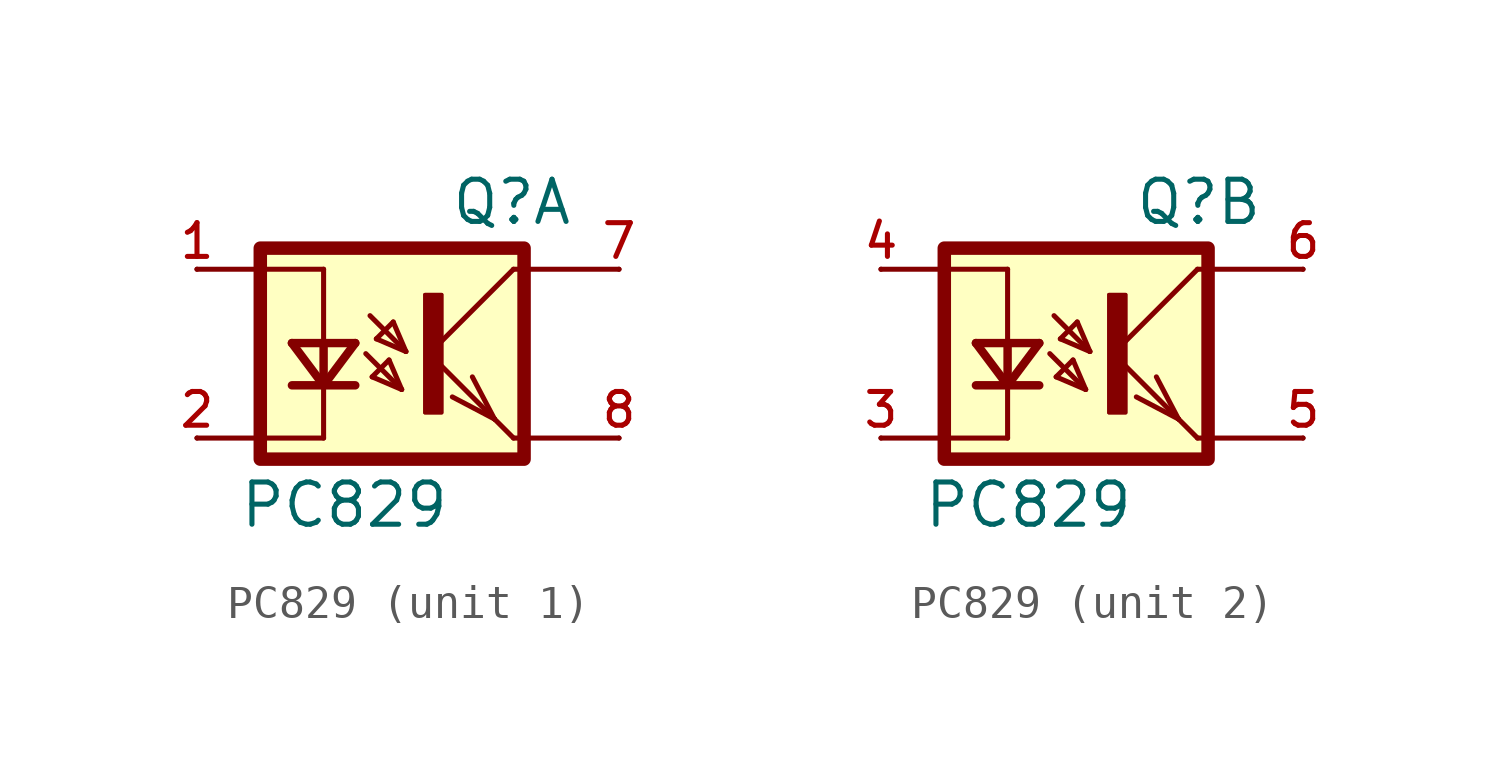
<source format=kicad_sym>
(kicad_symbol_lib
  (version 20211014)
  (generator kicad_symbol_editor)
  (symbol "PC829"
    (pin_names
      (offset 1.016))
    (property "Reference" "Q"
      (at 0.0 3.816 0)
      (effects (font (size 1.27 1.27)) (justify bottom left)))
    (property "Value" "PC829"
      (at 0.0 -3.811 0.0)
      (effects (font (size 1.27 1.27)) (justify top right)))
    (symbol "PC829_1_0"
      (polyline (pts (xy -2.413 1.143) (xy -1.333 0.064)) (stroke (width 0.152)))
      (polyline (pts (xy -1.333 0.064) (xy -2.223 0.445)) (stroke (width 0.152)))
      (polyline (pts (xy -2.223 0.445) (xy -1.714 0.953)) (stroke (width 0.152)))
      (polyline (pts (xy -1.714 0.953) (xy -1.333 0.064)) (stroke (width 0.152)))
      (polyline (pts (xy -1.46 -1.079) (xy -2.349 -0.699)) (stroke (width 0.152)))
      (polyline (pts (xy -2.349 -0.699) (xy -1.841 -0.191)) (stroke (width 0.152)))
      (polyline (pts (xy -1.841 -0.191) (xy -1.46 -1.079)) (stroke (width 0.152)))
      (polyline (pts (xy -2.54 0.0) (xy -1.46 -1.079)) (stroke (width 0.152)))
      (polyline (pts (xy -2.857 0.318) (xy -3.81 -0.953)) (stroke (width 0.254)))
      (polyline (pts (xy -3.81 -0.953) (xy -4.763 0.318)) (stroke (width 0.254)))
      (polyline (pts (xy -2.857 -0.953) (xy -3.81 -0.953)) (stroke (width 0.254)))
      (polyline (pts (xy -3.81 -0.953) (xy -4.763 -0.953)) (stroke (width 0.254)))
      (polyline (pts (xy -2.857 0.318) (xy -3.81 0.318)) (stroke (width 0.254)))
      (polyline (pts (xy -3.81 0.318) (xy -3.81 -0.953)) (stroke (width 0.254)))
      (polyline (pts (xy -3.81 0.318) (xy -4.763 0.318)) (stroke (width 0.254)))
      (polyline (pts (xy -3.81 2.54) (xy -3.81 0.318)) (stroke (width 0.152)))
      (polyline (pts (xy -3.81 -0.953) (xy -3.81 -2.54)) (stroke (width 0.152)))
      (polyline (pts (xy 1.905 2.54) (xy -0.635 0.0)) (stroke (width 0.152)))
      (polyline (pts (xy -0.635 0.0) (xy 1.333 -1.968)) (stroke (width 0.152)))
      (polyline (pts (xy 0.667 -0.699) (xy 1.333 -1.968)) (stroke (width 0.152)))
      (polyline (pts (xy 1.333 -1.968) (xy 1.905 -2.54)) (stroke (width 0.152)))
      (polyline (pts (xy 1.333 -1.968) (xy 0.064 -1.302)) (stroke (width 0.152)))
      (polyline (pts (xy -3.81 2.54) (xy -7.62 2.54)) (stroke (width 0.152)))
      (polyline (pts (xy -3.81 -2.54) (xy -7.62 -2.54)) (stroke (width 0.152)))
      (polyline (pts (xy 1.905 -2.54) (xy 5.08 -2.54)) (stroke (width 0.152)))
      (polyline (pts (xy 1.905 2.54) (xy 5.08 2.54)) (stroke (width 0.152)))
      (rectangle (start -0.762 -1.779) (end -0.254 1.778) (stroke (width 0.1)) (fill (type outline)))
      (rectangle (start -0.763 -1.78) (end -0.254 1.778) (stroke (width 0.1)) (fill (type outline)))
      (rectangle (start -5.715 -3.175) (end 2.223 3.175) (stroke (width 0.406)) (fill (type background)))
      (pin passive line (at -7.62 2.54 0) (length 0) (name "~" (effects (font (size 1.016 1.016)))) (number "1" (effects (font (size 1.016 1.016)))))
      (pin passive line (at -7.62 -2.54 0) (length 0) (name "~" (effects (font (size 1.016 1.016)))) (number "2" (effects (font (size 1.016 1.016)))))
      (pin passive line (at 5.08 -2.54 180.0) (length 0) (name "~" (effects (font (size 1.016 1.016)))) (number "8" (effects (font (size 1.016 1.016)))))
      (pin passive line (at 5.08 2.54 180.0) (length 0) (name "~" (effects (font (size 1.016 1.016)))) (number "7" (effects (font (size 1.016 1.016))))))
    (symbol "PC829_2_0"
      (polyline (pts (xy -2.413 1.143) (xy -1.333 0.064)) (stroke (width 0.152)))
      (polyline (pts (xy -1.333 0.064) (xy -2.223 0.445)) (stroke (width 0.152)))
      (polyline (pts (xy -2.223 0.445) (xy -1.714 0.953)) (stroke (width 0.152)))
      (polyline (pts (xy -1.714 0.953) (xy -1.333 0.064)) (stroke (width 0.152)))
      (polyline (pts (xy -1.46 -1.079) (xy -2.349 -0.699)) (stroke (width 0.152)))
      (polyline (pts (xy -2.349 -0.699) (xy -1.841 -0.191)) (stroke (width 0.152)))
      (polyline (pts (xy -1.841 -0.191) (xy -1.46 -1.079)) (stroke (width 0.152)))
      (polyline (pts (xy -2.54 0.0) (xy -1.46 -1.079)) (stroke (width 0.152)))
      (polyline (pts (xy -2.857 0.318) (xy -3.81 -0.953)) (stroke (width 0.254)))
      (polyline (pts (xy -3.81 -0.953) (xy -4.763 0.318)) (stroke (width 0.254)))
      (polyline (pts (xy -2.857 -0.953) (xy -3.81 -0.953)) (stroke (width 0.254)))
      (polyline (pts (xy -3.81 -0.953) (xy -4.763 -0.953)) (stroke (width 0.254)))
      (polyline (pts (xy -2.857 0.318) (xy -3.81 0.318)) (stroke (width 0.254)))
      (polyline (pts (xy -3.81 0.318) (xy -3.81 -0.953)) (stroke (width 0.254)))
      (polyline (pts (xy -3.81 0.318) (xy -4.763 0.318)) (stroke (width 0.254)))
      (polyline (pts (xy -3.81 2.54) (xy -3.81 0.318)) (stroke (width 0.152)))
      (polyline (pts (xy -3.81 -0.953) (xy -3.81 -2.54)) (stroke (width 0.152)))
      (polyline (pts (xy 1.905 2.54) (xy -0.635 0.0)) (stroke (width 0.152)))
      (polyline (pts (xy -0.635 0.0) (xy 1.333 -1.968)) (stroke (width 0.152)))
      (polyline (pts (xy 0.667 -0.699) (xy 1.333 -1.968)) (stroke (width 0.152)))
      (polyline (pts (xy 1.333 -1.968) (xy 1.905 -2.54)) (stroke (width 0.152)))
      (polyline (pts (xy 1.333 -1.968) (xy 0.064 -1.302)) (stroke (width 0.152)))
      (polyline (pts (xy -3.81 2.54) (xy -7.62 2.54)) (stroke (width 0.152)))
      (polyline (pts (xy -3.81 -2.54) (xy -7.62 -2.54)) (stroke (width 0.152)))
      (polyline (pts (xy 1.905 -2.54) (xy 5.08 -2.54)) (stroke (width 0.152)))
      (polyline (pts (xy 1.905 2.54) (xy 5.08 2.54)) (stroke (width 0.152)))
      (rectangle (start -0.762 -1.779) (end -0.254 1.778) (stroke (width 0.1)) (fill (type outline)))
      (rectangle (start -0.763 -1.78) (end -0.254 1.778) (stroke (width 0.1)) (fill (type outline)))
      (rectangle (start -5.715 -3.175) (end 2.223 3.175) (stroke (width 0.406)) (fill (type background)))
      (pin passive line (at -7.62 2.54 0) (length 0) (name "~" (effects (font (size 1.016 1.016)))) (number "4" (effects (font (size 1.016 1.016)))))
      (pin passive line (at -7.62 -2.54 0) (length 0) (name "~" (effects (font (size 1.016 1.016)))) (number "3" (effects (font (size 1.016 1.016)))))
      (pin passive line (at 5.08 -2.54 180.0) (length 0) (name "~" (effects (font (size 1.016 1.016)))) (number "5" (effects (font (size 1.016 1.016)))))
      (pin passive line (at 5.08 2.54 180.0) (length 0) (name "~" (effects (font (size 1.016 1.016)))) (number "6" (effects (font (size 1.016 1.016))))))))
</source>
